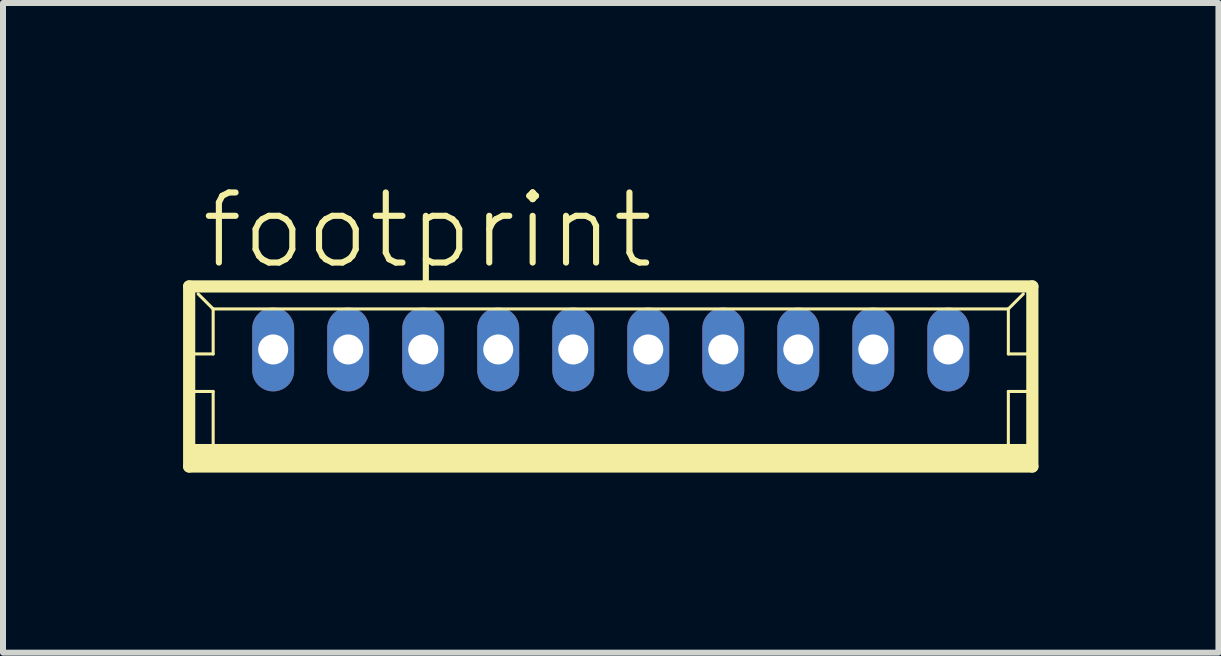
<source format=kicad_pcb>
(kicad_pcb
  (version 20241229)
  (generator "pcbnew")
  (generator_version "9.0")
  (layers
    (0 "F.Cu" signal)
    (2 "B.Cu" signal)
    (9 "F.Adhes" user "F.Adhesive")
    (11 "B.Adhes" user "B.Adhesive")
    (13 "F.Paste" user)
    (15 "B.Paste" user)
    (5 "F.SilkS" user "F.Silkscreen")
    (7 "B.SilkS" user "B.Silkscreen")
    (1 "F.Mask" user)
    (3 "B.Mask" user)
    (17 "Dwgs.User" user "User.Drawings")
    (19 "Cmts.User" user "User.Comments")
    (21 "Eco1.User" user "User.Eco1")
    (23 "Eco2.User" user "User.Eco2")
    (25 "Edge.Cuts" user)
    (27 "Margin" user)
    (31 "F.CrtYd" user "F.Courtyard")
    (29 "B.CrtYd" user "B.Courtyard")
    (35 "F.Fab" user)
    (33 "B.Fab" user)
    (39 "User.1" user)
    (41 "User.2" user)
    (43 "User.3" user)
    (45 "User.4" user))
  (footprint "footprint"
    (layer "F.Cu")
    (at 7.127 3.223)
    (property "Reference" "footprint" (at -6.875 -1.75 0) (layer "F.SilkS") (effects (font (size 1.168 1.168) (thickness 0.102)) (justify left bottom)))
    (fp_line (start -7.025 -1.5) (end -7.025 1.5) (stroke (width 0.203) (type solid)) (layer "F.SilkS"))
    (fp_line (start -7.025 1.5) (end 7.025 1.5) (stroke (width 0.203) (type solid)) (layer "F.SilkS"))
    (fp_line (start -7 -0.375) (end -6.625 -0.375) (stroke (width 0.051) (type solid)) (layer "F.SilkS"))
    (fp_line (start -7 0.25) (end -6.625 0.25) (stroke (width 0.051) (type solid)) (layer "F.SilkS"))
    (fp_line (start -6.625 -1.125) (end -6.875 -1.375) (stroke (width 0.051) (type solid)) (layer "F.SilkS"))
    (fp_line (start -6.625 -1.125) (end 6.625 -1.125) (stroke (width 0.051) (type solid)) (layer "F.SilkS"))
    (fp_line (start -6.625 -0.375) (end -6.625 -1.125) (stroke (width 0.051) (type solid)) (layer "F.SilkS"))
    (fp_line (start -6.625 0.25) (end -6.625 1.25) (stroke (width 0.051) (type solid)) (layer "F.SilkS"))
    (fp_line (start 6.625 -1.125) (end 6.625 -0.375) (stroke (width 0.051) (type solid)) (layer "F.SilkS"))
    (fp_line (start 6.625 -1.125) (end 6.875 -1.375) (stroke (width 0.051) (type solid)) (layer "F.SilkS"))
    (fp_line (start 6.625 -0.375) (end 7 -0.375) (stroke (width 0.051) (type solid)) (layer "F.SilkS"))
    (fp_line (start 6.625 0.25) (end 6.625 1.25) (stroke (width 0.051) (type solid)) (layer "F.SilkS"))
    (fp_line (start 6.625 0.25) (end 7 0.25) (stroke (width 0.051) (type solid)) (layer "F.SilkS"))
    (fp_line (start 7.025 -1.5) (end -7.025 -1.5) (stroke (width 0.203) (type solid)) (layer "F.SilkS"))
    (fp_line (start 7.025 1.5) (end 7.025 -1.5) (stroke (width 0.203) (type solid)) (layer "F.SilkS"))
    (fp_poly (pts (xy -7 1.5) (xy 7 1.5) (xy 7 1.125) (xy -7 1.125)) (stroke (width 0) (type solid)) (fill yes) (layer "F.SilkS"))
    (pad "1" thru_hole oval (at 5.625 -0.45 90) (size 1.397 0.698) (drill 0.5) (layers "*.Cu" "*.Mask"))
    (pad "2" thru_hole oval (at 4.375 -0.45 90) (size 1.397 0.698) (drill 0.5) (layers "*.Cu" "*.Mask"))
    (pad "3" thru_hole oval (at 3.125 -0.45 90) (size 1.397 0.698) (drill 0.5) (layers "*.Cu" "*.Mask"))
    (pad "4" thru_hole oval (at 1.875 -0.45 90) (size 1.397 0.698) (drill 0.5) (layers "*.Cu" "*.Mask"))
    (pad "5" thru_hole oval (at 0.625 -0.45 90) (size 1.397 0.698) (drill 0.5) (layers "*.Cu" "*.Mask"))
    (pad "6" thru_hole oval (at -0.625 -0.45 90) (size 1.397 0.698) (drill 0.5) (layers "*.Cu" "*.Mask"))
    (pad "7" thru_hole oval (at -1.875 -0.45 90) (size 1.397 0.698) (drill 0.5) (layers "*.Cu" "*.Mask"))
    (pad "8" thru_hole oval (at -3.125 -0.45 90) (size 1.397 0.698) (drill 0.5) (layers "*.Cu" "*.Mask"))
    (pad "9" thru_hole oval (at -4.375 -0.45 90) (size 1.397 0.698) (drill 0.5) (layers "*.Cu" "*.Mask"))
    (pad "10" thru_hole oval (at -5.625 -0.45 90) (size 1.397 0.698) (drill 0.5) (layers "*.Cu" "*.Mask")))
  (gr_rect
    (start -3 -3)
    (end 17.253 7.825)
    (stroke (width 0.1) (type default))
    (fill no)
    (layer "Edge.Cuts")))
</source>
